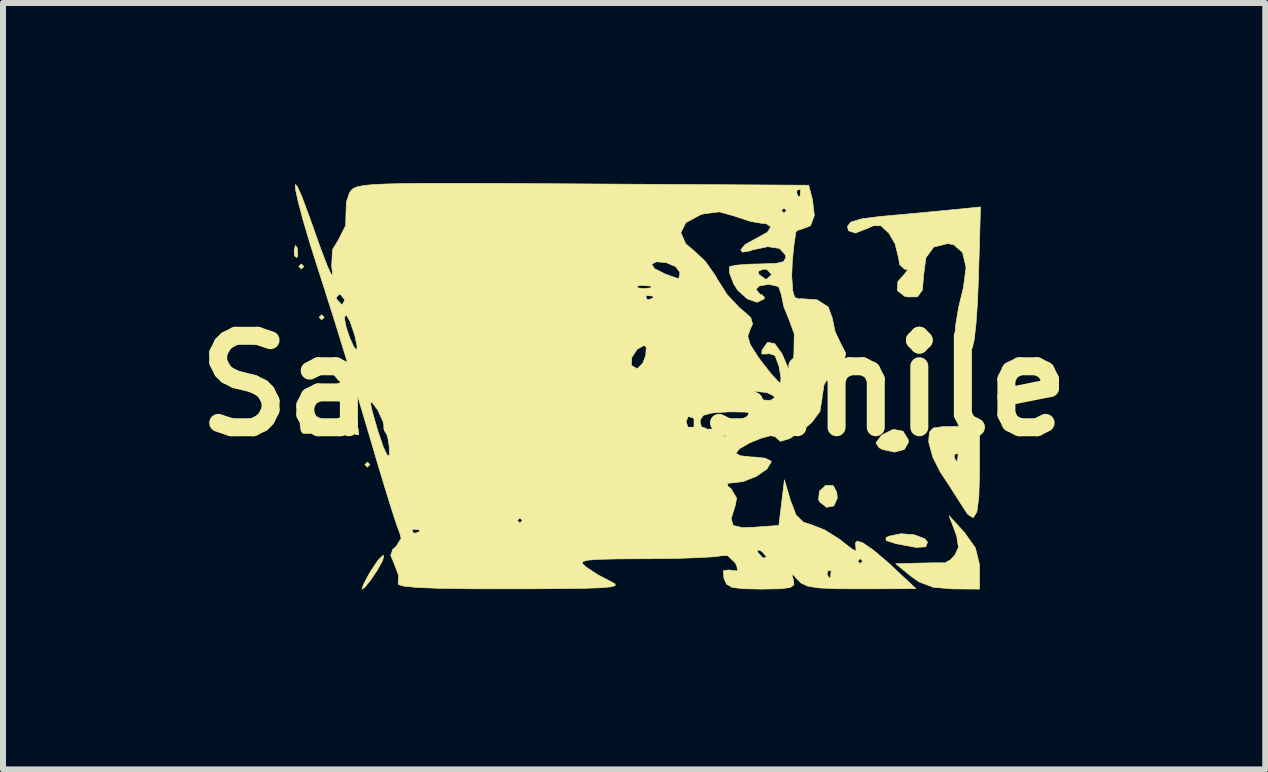
<source format=kicad_pcb>
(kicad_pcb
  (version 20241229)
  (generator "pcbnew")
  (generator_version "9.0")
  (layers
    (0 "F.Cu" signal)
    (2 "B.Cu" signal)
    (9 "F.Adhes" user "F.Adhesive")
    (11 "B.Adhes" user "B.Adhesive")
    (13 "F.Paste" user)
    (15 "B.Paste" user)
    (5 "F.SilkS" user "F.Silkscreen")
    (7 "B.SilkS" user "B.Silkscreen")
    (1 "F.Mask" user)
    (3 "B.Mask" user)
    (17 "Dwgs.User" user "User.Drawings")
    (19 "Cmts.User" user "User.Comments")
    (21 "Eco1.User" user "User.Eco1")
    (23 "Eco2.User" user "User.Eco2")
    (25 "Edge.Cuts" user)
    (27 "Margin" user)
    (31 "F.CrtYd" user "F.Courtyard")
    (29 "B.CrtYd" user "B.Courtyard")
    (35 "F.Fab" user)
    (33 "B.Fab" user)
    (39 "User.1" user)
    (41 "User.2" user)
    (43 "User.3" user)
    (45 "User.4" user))
  (footprint "Sam_J_smile"
    (layer "F.Cu")
    (at 7.518 3.381)
    (property "Reference" "Sam_J_smile" (at 0 0 0) (layer "F.SilkS") (effects (font (size 1.524 1.524) (thickness 0.3))))
    (attr through_hole)
    (fp_poly (pts (xy -5.503 -1.99) (xy -5.546 -1.947) (xy -5.588 -1.99) (xy -5.546 -2.032) (xy -5.503 -1.99)) (stroke (width 0.01) (type solid)) (fill yes) (layer "F.SilkS"))
    (fp_poly (pts (xy -5.165 -1.143) (xy -5.207 -1.101) (xy -5.249 -1.143) (xy -5.207 -1.185) (xy -5.165 -1.143)) (stroke (width 0.01) (type solid)) (fill yes) (layer "F.SilkS"))
    (fp_poly (pts (xy -4.403 1.312) (xy -4.445 1.355) (xy -4.487 1.312) (xy -4.445 1.27) (xy -4.403 1.312)) (stroke (width 0.01) (type solid)) (fill yes) (layer "F.SilkS"))
    (fp_poly (pts (xy -5.615 -2.302) (xy -5.605 -2.17) (xy -5.622 -2.14) (xy -5.66 -2.165) (xy -5.666 -2.251) (xy -5.645 -2.341) (xy -5.615 -2.302)) (stroke (width 0.01) (type solid)) (fill yes) (layer "F.SilkS"))
    (fp_poly (pts (xy -4.6 0.706) (xy -4.59 0.806) (xy -4.6 0.818) (xy -4.651 0.807) (xy -4.657 0.762) (xy -4.626 0.692) (xy -4.6 0.706)) (stroke (width 0.01) (type solid)) (fill yes) (layer "F.SilkS"))
    (fp_poly (pts (xy -5.41 0.652) (xy -5.368 0.758) (xy -5.405 0.796) (xy -5.52 0.789) (xy -5.548 0.758) (xy -5.568 0.638) (xy -5.486 0.605) (xy -5.41 0.652)) (stroke (width 0.01) (type solid)) (fill yes) (layer "F.SilkS"))
    (fp_poly (pts (xy -4.918 -0.354) (xy -4.886 -0.254) (xy -4.881 -0.119) (xy -4.919 -0.085) (xy -4.981 -0.156) (xy -4.995 -0.254) (xy -4.982 -0.392) (xy -4.963 -0.423) (xy -4.918 -0.354)) (stroke (width 0.01) (type solid)) (fill yes) (layer "F.SilkS"))
    (fp_poly (pts (xy -4.745 0.146) (xy -4.741 0.169) (xy -4.77 0.252) (xy -4.779 0.254) (xy -4.851 0.195) (xy -4.868 0.169) (xy -4.862 0.091) (xy -4.831 0.085) (xy -4.745 0.146)) (stroke (width 0.01) (type solid)) (fill yes) (layer "F.SilkS"))
    (fp_poly (pts (xy 3.319 1.662) (xy 3.376 1.771) (xy 3.387 1.868) (xy 3.33 2) (xy 3.209 2.024) (xy 3.094 1.935) (xy 3.075 1.896) (xy 3.088 1.756) (xy 3.192 1.658) (xy 3.319 1.662)) (stroke (width 0.01) (type solid)) (fill yes) (layer "F.SilkS"))
    (fp_poly (pts (xy -4.171 2.828) (xy -4.191 2.91) (xy -4.277 3.067) (xy -4.39 3.236) (xy -4.491 3.36) (xy -4.533 3.387) (xy -4.515 3.322) (xy -4.432 3.161) (xy -4.389 3.087) (xy -4.271 2.91) (xy -4.187 2.827) (xy -4.171 2.828)) (stroke (width 0.01) (type solid)) (fill yes) (layer "F.SilkS"))
    (fp_poly (pts (xy 4.482 0.756) (xy 4.569 0.896) (xy 4.572 0.94) (xy 4.504 1.06) (xy 4.34 1.104) (xy 4.139 1.06) (xy 4.083 1.03) (xy 4.031 0.951) (xy 4.115 0.835) (xy 4.134 0.817) (xy 4.319 0.724) (xy 4.482 0.756)) (stroke (width 0.01) (type solid)) (fill yes) (layer "F.SilkS"))
    (fp_poly (pts (xy 4.671 2.482) (xy 4.842 2.547) (xy 4.89 2.603) (xy 4.862 2.682) (xy 4.697 2.692) (xy 4.386 2.634) (xy 4.36 2.628) (xy 4.202 2.578) (xy 4.197 2.532) (xy 4.247 2.505) (xy 4.449 2.464) (xy 4.671 2.482)) (stroke (width 0.01) (type solid)) (fill yes) (layer "F.SilkS"))
    (fp_poly (pts (xy 5.504 2.442) (xy 5.688 2.7) (xy 5.755 2.971) (xy 5.757 3.053) (xy 5.757 3.387) (xy 5.313 3.384) (xy 4.986 3.357) (xy 4.748 3.267) (xy 4.614 3.172) (xy 4.36 2.964) (xy 4.741 2.954) (xy 4.983 2.949) (xy 5.147 2.949) (xy 5.178 2.951) (xy 5.27 2.9) (xy 5.342 2.827) (xy 5.406 2.691) (xy 5.377 2.507) (xy 5.35 2.43) (xy 5.25 2.164) (xy 5.504 2.442)) (stroke (width 0.01) (type solid)) (fill yes) (layer "F.SilkS"))
    (fp_poly (pts (xy 5.757 1.439) (xy 5.746 1.852) (xy 5.712 2.103) (xy 5.652 2.198) (xy 5.564 2.144) (xy 5.53 2.095) (xy 5.424 1.931) (xy 5.376 1.856) (xy 5.276 1.699) (xy 5.134 1.482) (xy 5.101 1.433) (xy 4.977 1.186) (xy 4.977 1.185) (xy 5.334 1.185) (xy 5.365 1.255) (xy 5.39 1.242) (xy 5.401 1.141) (xy 5.39 1.129) (xy 5.34 1.141) (xy 5.334 1.185) (xy 4.977 1.185) (xy 4.913 0.948) (xy 4.911 0.91) (xy 4.922 0.772) (xy 4.984 0.703) (xy 5.142 0.68) (xy 5.334 0.677) (xy 5.757 0.677) (xy 5.757 1.439)) (stroke (width 0.01) (type solid)) (fill yes) (layer "F.SilkS"))
    (fp_poly (pts (xy 5.74 -1.814) (xy 5.723 -1.389) (xy 5.698 -1.029) (xy 5.668 -0.766) (xy 5.636 -0.632) (xy 5.627 -0.621) (xy 5.491 -0.639) (xy 5.429 -0.669) (xy 5.362 -0.775) (xy 5.354 -0.982) (xy 5.409 -1.311) (xy 5.489 -1.641) (xy 5.532 -1.975) (xy 5.475 -2.221) (xy 5.326 -2.354) (xy 5.226 -2.371) (xy 4.993 -2.314) (xy 4.863 -2.134) (xy 4.826 -1.851) (xy 4.805 -1.598) (xy 4.724 -1.484) (xy 4.56 -1.482) (xy 4.508 -1.494) (xy 4.388 -1.588) (xy 4.395 -1.736) (xy 4.523 -1.883) (xy 4.56 -1.937) (xy 4.508 -1.946) (xy 4.428 -2.019) (xy 4.403 -2.15) (xy 4.35 -2.367) (xy 4.249 -2.542) (xy 4.114 -2.669) (xy 3.984 -2.668) (xy 3.916 -2.636) (xy 3.688 -2.547) (xy 3.572 -2.586) (xy 3.556 -2.658) (xy 3.612 -2.73) (xy 3.793 -2.784) (xy 4.121 -2.826) (xy 4.17 -2.83) (xy 4.57 -2.866) (xy 4.988 -2.905) (xy 5.278 -2.933) (xy 5.773 -2.982) (xy 5.74 -1.814)) (stroke (width 0.01) (type solid)) (fill yes) (layer "F.SilkS"))
    (fp_poly (pts (xy -2.204 -3.374) (xy -1.395 -3.369) (xy -0.87 -3.366) (xy 2.909 -3.344) (xy 2.973 -3.104) (xy 3.004 -2.838) (xy 2.94 -2.669) (xy 2.827 -2.625) (xy 2.712 -2.587) (xy 2.696 -2.561) (xy 2.662 -2.334) (xy 2.636 -2.058) (xy 2.627 -1.835) (xy 2.628 -1.82) (xy 2.644 -1.583) (xy 2.677 -1.474) (xy 2.746 -1.449) (xy 2.787 -1.453) (xy 3.049 -1.434) (xy 3.236 -1.315) (xy 3.302 -1.134) (xy 3.349 -0.906) (xy 3.439 -0.716) (xy 3.526 -0.547) (xy 3.505 -0.423) (xy 3.46 -0.359) (xy 3.318 -0.208) (xy 3.239 -0.144) (xy 3.166 -0.019) (xy 3.133 0.191) (xy 3.133 0.206) (xy 3.097 0.427) (xy 2.963 0.608) (xy 2.842 0.71) (xy 2.594 0.877) (xy 2.44 0.925) (xy 2.361 0.858) (xy 2.357 0.847) (xy 2.275 0.83) (xy 2.108 0.875) (xy 1.916 0.955) (xy 1.758 1.047) (xy 1.696 1.122) (xy 1.769 1.164) (xy 1.951 1.185) (xy 1.99 1.185) (xy 2.186 1.205) (xy 2.283 1.255) (xy 2.286 1.265) (xy 2.214 1.386) (xy 2.038 1.508) (xy 1.823 1.593) (xy 1.696 1.611) (xy 1.554 1.624) (xy 1.562 1.672) (xy 1.617 1.717) (xy 1.709 1.87) (xy 1.687 1.99) (xy 1.618 2.211) (xy 1.65 2.326) (xy 1.807 2.363) (xy 2.011 2.355) (xy 2.413 2.326) (xy 2.459 1.946) (xy 2.505 1.566) (xy 2.608 1.916) (xy 2.7 2.153) (xy 2.824 2.273) (xy 2.952 2.313) (xy 3.172 2.399) (xy 3.419 2.553) (xy 3.477 2.599) (xy 3.632 2.719) (xy 3.704 2.756) (xy 3.699 2.736) (xy 3.689 2.617) (xy 3.717 2.587) (xy 3.813 2.617) (xy 3.992 2.74) (xy 4.218 2.932) (xy 4.248 2.959) (xy 4.699 3.38) (xy 3.777 3.383) (xy 3.356 3.381) (xy 3.072 3.367) (xy 2.892 3.337) (xy 2.782 3.286) (xy 2.733 3.239) (xy 2.644 3.137) (xy 2.636 3.168) (xy 2.657 3.239) (xy 2.664 3.317) (xy 2.599 3.362) (xy 2.431 3.382) (xy 2.127 3.387) (xy 2.124 3.387) (xy 1.813 3.381) (xy 1.632 3.357) (xy 1.54 3.304) (xy 1.497 3.209) (xy 1.492 3.133) (xy 3.217 3.133) (xy 3.248 3.202) (xy 3.274 3.189) (xy 3.284 3.089) (xy 3.274 3.076) (xy 3.223 3.088) (xy 3.217 3.133) (xy 1.492 3.133) (xy 1.489 3.08) (xy 1.586 3.067) (xy 1.613 3.074) (xy 1.724 3.085) (xy 1.712 3.002) (xy 1.685 2.948) (xy 1.657 2.921) (xy 3.725 2.921) (xy 3.768 2.963) (xy 3.81 2.921) (xy 3.768 2.879) (xy 3.725 2.921) (xy 1.657 2.921) (xy 1.562 2.83) (xy 1.468 2.83) (xy 1.34 2.848) (xy 1.078 2.863) (xy 0.717 2.875) (xy 0.292 2.881) (xy 0.184 2.881) (xy -0.276 2.884) (xy -0.588 2.891) (xy -0.774 2.905) (xy -0.857 2.929) (xy -0.858 2.967) (xy -0.804 3.017) (xy -0.601 3.15) (xy -0.381 3.265) (xy -0.316 3.302) (xy -0.316 3.33) (xy -0.398 3.351) (xy -0.579 3.366) (xy -0.875 3.375) (xy -1.302 3.38) (xy -1.877 3.383) (xy -2.058 3.383) (xy -2.732 3.382) (xy -3.246 3.374) (xy -3.611 3.36) (xy -3.835 3.339) (xy -3.93 3.31) (xy -3.932 3.294) (xy -3.926 3.158) (xy -3.988 2.989) (xy -4.057 2.824) (xy -4.025 2.734) (xy 2.046 2.734) (xy 2.066 2.781) (xy 2.151 2.872) (xy 2.201 2.853) (xy 2.201 2.841) (xy 2.141 2.77) (xy 2.104 2.744) (xy 2.046 2.734) (xy -4.025 2.734) (xy -4.022 2.724) (xy -3.968 2.679) (xy -3.882 2.541) (xy -3.905 2.455) (xy -3.926 2.399) (xy -3.697 2.399) (xy -3.685 2.449) (xy -3.641 2.455) (xy -3.571 2.424) (xy -3.584 2.399) (xy -3.685 2.389) (xy -3.697 2.399) (xy -3.926 2.399) (xy -3.95 2.336) (xy -3.98 2.244) (xy -1.947 2.244) (xy -1.905 2.286) (xy -1.863 2.244) (xy -1.905 2.201) (xy -1.947 2.244) (xy -3.98 2.244) (xy -4.033 2.082) (xy -4.145 1.723) (xy -4.277 1.287) (xy -4.406 0.847) (xy -4.576 0.274) (xy -4.394 0.274) (xy -4.375 0.384) (xy -4.306 0.631) (xy -4.272 0.747) (xy -4.18 1.02) (xy -4.112 1.159) (xy -4.076 1.156) (xy -4.082 1.004) (xy -4.104 0.872) (xy -4.146 0.72) (xy 0.593 0.72) (xy 0.635 0.762) (xy 0.677 0.72) (xy 0.635 0.677) (xy 0.593 0.72) (xy -4.146 0.72) (xy -4.176 0.613) (xy -4.184 0.595) (xy 0.867 0.595) (xy 0.896 0.689) (xy 0.961 0.753) (xy 0.998 0.689) (xy 0.998 0.611) (xy 1.101 0.611) (xy 1.138 0.728) (xy 1.27 0.72) (xy 1.406 0.712) (xy 1.439 0.756) (xy 1.5 0.843) (xy 1.524 0.847) (xy 1.606 0.782) (xy 1.609 0.762) (xy 1.681 0.698) (xy 1.82 0.677) (xy 1.991 0.633) (xy 2.032 0.548) (xy 1.996 0.473) (xy 1.864 0.437) (xy 1.602 0.433) (xy 1.566 0.434) (xy 1.295 0.452) (xy 1.154 0.491) (xy 1.104 0.566) (xy 1.101 0.611) (xy 0.998 0.611) (xy 0.999 0.557) (xy 0.982 0.531) (xy 0.901 0.511) (xy 0.867 0.595) (xy -4.184 0.595) (xy -4.273 0.402) (xy -4.283 0.388) (xy -4.363 0.281) (xy -4.394 0.274) (xy -4.576 0.274) (xy -4.585 0.242) (xy -4.62 0.13) (xy 1.825 0.13) (xy 1.905 0.169) (xy 2.108 0.232) (xy 2.269 0.243) (xy 2.338 0.202) (xy 2.328 0.169) (xy 2.215 0.112) (xy 2.014 0.09) (xy 2.006 0.091) (xy 1.839 0.101) (xy 1.825 0.13) (xy -4.62 0.13) (xy -4.764 -0.345) (xy -0.046 -0.345) (xy -0.044 -0.341) (xy 0.05 -0.285) (xy 0.145 -0.377) (xy 0.146 -0.381) (xy 1.693 -0.381) (xy 1.736 -0.339) (xy 1.778 -0.381) (xy 1.736 -0.423) (xy 1.693 -0.381) (xy 0.146 -0.381) (xy 0.194 -0.507) (xy 0.203 -0.643) (xy 0.172 -0.677) (xy 0.053 -0.612) (xy -0.038 -0.474) (xy -0.046 -0.345) (xy -4.764 -0.345) (xy -4.789 -0.428) (xy -4.996 -1.097) (xy -5.003 -1.12) (xy -4.826 -1.12) (xy -4.799 -0.978) (xy -4.737 -0.795) (xy -4.667 -0.643) (xy -4.622 -0.593) (xy -4.617 -0.663) (xy -4.654 -0.836) (xy -4.66 -0.858) (xy -4.733 -1.072) (xy -4.793 -1.178) (xy -4.824 -1.152) (xy -4.826 -1.12) (xy -5.003 -1.12) (xy -5.115 -1.472) (xy -4.966 -1.472) (xy -4.953 -1.439) (xy -4.877 -1.359) (xy -4.863 -1.355) (xy -4.827 -1.42) (xy -4.826 -1.439) (xy -4.871 -1.496) (xy 0.198 -1.496) (xy 0.209 -1.445) (xy 0.254 -1.439) (xy 0.324 -1.47) (xy 0.31 -1.496) (xy 0.21 -1.506) (xy 0.198 -1.496) (xy -4.871 -1.496) (xy -4.891 -1.521) (xy -4.916 -1.524) (xy -4.966 -1.472) (xy -5.115 -1.472) (xy -5.166 -1.634) (xy 0.053 -1.634) (xy 0.169 -1.622) (xy 0.29 -1.635) (xy 0.275 -1.665) (xy 0.102 -1.676) (xy 0.064 -1.665) (xy 0.053 -1.634) (xy -5.166 -1.634) (xy -5.187 -1.699) (xy -5.261 -1.929) (xy -5.406 -2.386) (xy -5.519 -2.77) (xy -5.598 -3.068) (xy -5.641 -3.267) (xy -5.647 -3.357) (xy -5.613 -3.323) (xy -5.537 -3.154) (xy -5.419 -2.837) (xy -5.386 -2.745) (xy -5.226 -2.295) (xy -5.114 -2.001) (xy -5.047 -1.856) (xy -5.024 -1.855) (xy -5.04 -1.992) (xy -5.041 -1.994) (xy -5.039 -2.028) (xy 0.294 -2.028) (xy 0.338 -1.955) (xy 0.526 -1.861) (xy 0.741 -1.785) (xy 0.76 -1.846) (xy 0.762 -1.895) (xy 0.691 -1.989) (xy 0.533 -2.055) (xy 0.371 -2.068) (xy 0.294 -2.028) (xy -5.039 -2.028) (xy -5.026 -2.271) (xy -4.925 -2.438) (xy -4.868 -2.552) (xy 0.779 -2.552) (xy 0.86 -2.369) (xy 0.994 -2.256) (xy 1.187 -2.075) (xy 1.36 -1.829) (xy 1.386 -1.779) (xy 1.55 -1.522) (xy 1.752 -1.305) (xy 1.787 -1.277) (xy 1.944 -1.14) (xy 1.975 -1.031) (xy 1.934 -0.942) (xy 1.895 -0.828) (xy 1.935 -0.689) (xy 2.068 -0.481) (xy 2.125 -0.403) (xy 2.285 -0.2) (xy 2.402 -0.071) (xy 2.442 -0.046) (xy 2.447 -0.138) (xy 2.416 -0.323) (xy 2.415 -0.328) (xy 2.348 -0.506) (xy 2.247 -0.539) (xy 2.226 -0.532) (xy 2.129 -0.531) (xy 2.132 -0.595) (xy 2.224 -0.726) (xy 2.343 -0.704) (xy 2.465 -0.534) (xy 2.484 -0.493) (xy 2.602 -0.212) (xy 2.663 -0.519) (xy 2.669 -0.868) (xy 2.59 -1.086) (xy 2.496 -1.317) (xy 2.455 -1.515) (xy 2.455 -1.52) (xy 2.408 -1.655) (xy 2.244 -1.693) (xy 2.085 -1.664) (xy 2.032 -1.609) (xy 2.097 -1.527) (xy 2.122 -1.524) (xy 2.175 -1.473) (xy 2.164 -1.447) (xy 2.05 -1.393) (xy 1.887 -1.45) (xy 1.728 -1.593) (xy 1.661 -1.698) (xy 1.592 -1.877) (xy 1.591 -1.906) (xy 2.066 -1.906) (xy 2.074 -1.863) (xy 2.183 -1.781) (xy 2.206 -1.778) (xy 2.284 -1.843) (xy 2.286 -1.863) (xy 2.217 -1.937) (xy 2.154 -1.947) (xy 2.066 -1.906) (xy 1.591 -1.906) (xy 1.588 -1.983) (xy 1.589 -1.985) (xy 1.694 -2.011) (xy 1.912 -2.028) (xy 2.095 -2.032) (xy 2.36 -2.04) (xy 2.492 -2.071) (xy 2.528 -2.139) (xy 2.523 -2.18) (xy 2.425 -2.29) (xy 2.225 -2.32) (xy 1.972 -2.266) (xy 1.926 -2.248) (xy 1.804 -2.229) (xy 1.778 -2.267) (xy 1.848 -2.353) (xy 2.018 -2.449) (xy 2.032 -2.455) (xy 2.222 -2.561) (xy 2.28 -2.652) (xy 2.197 -2.704) (xy 2.127 -2.709) (xy 1.942 -2.741) (xy 1.705 -2.818) (xy 1.683 -2.827) (xy 1.42 -2.9) (xy 1.165 -2.868) (xy 1.101 -2.849) (xy 0.861 -2.719) (xy 0.779 -2.552) (xy -4.868 -2.552) (xy -4.807 -2.672) (xy -4.803 -2.826) (xy -4.8 -2.921) (xy 2.455 -2.921) (xy 2.498 -2.879) (xy 2.54 -2.921) (xy 2.498 -2.963) (xy 2.455 -2.921) (xy -4.8 -2.921) (xy -4.795 -3.064) (xy -4.746 -3.209) (xy -4.741 -3.217) (xy 2.709 -3.217) (xy 2.74 -3.148) (xy 2.766 -3.161) (xy 2.776 -3.261) (xy 2.766 -3.274) (xy 2.715 -3.262) (xy 2.709 -3.217) (xy -4.741 -3.217) (xy -4.721 -3.251) (xy -4.684 -3.287) (xy -4.622 -3.315) (xy -4.519 -3.337) (xy -4.361 -3.354) (xy -4.131 -3.365) (xy -3.816 -3.372) (xy -3.399 -3.376) (xy -2.867 -3.376) (xy -2.204 -3.374)) (stroke (width 0.01) (type solid)) (fill yes) (layer "F.SilkS")))
  (gr_rect
    (start -3 -3)
    (end 18.037 9.773)
    (stroke (width 0.1) (type default))
    (fill no)
    (layer "Edge.Cuts")))
</source>
